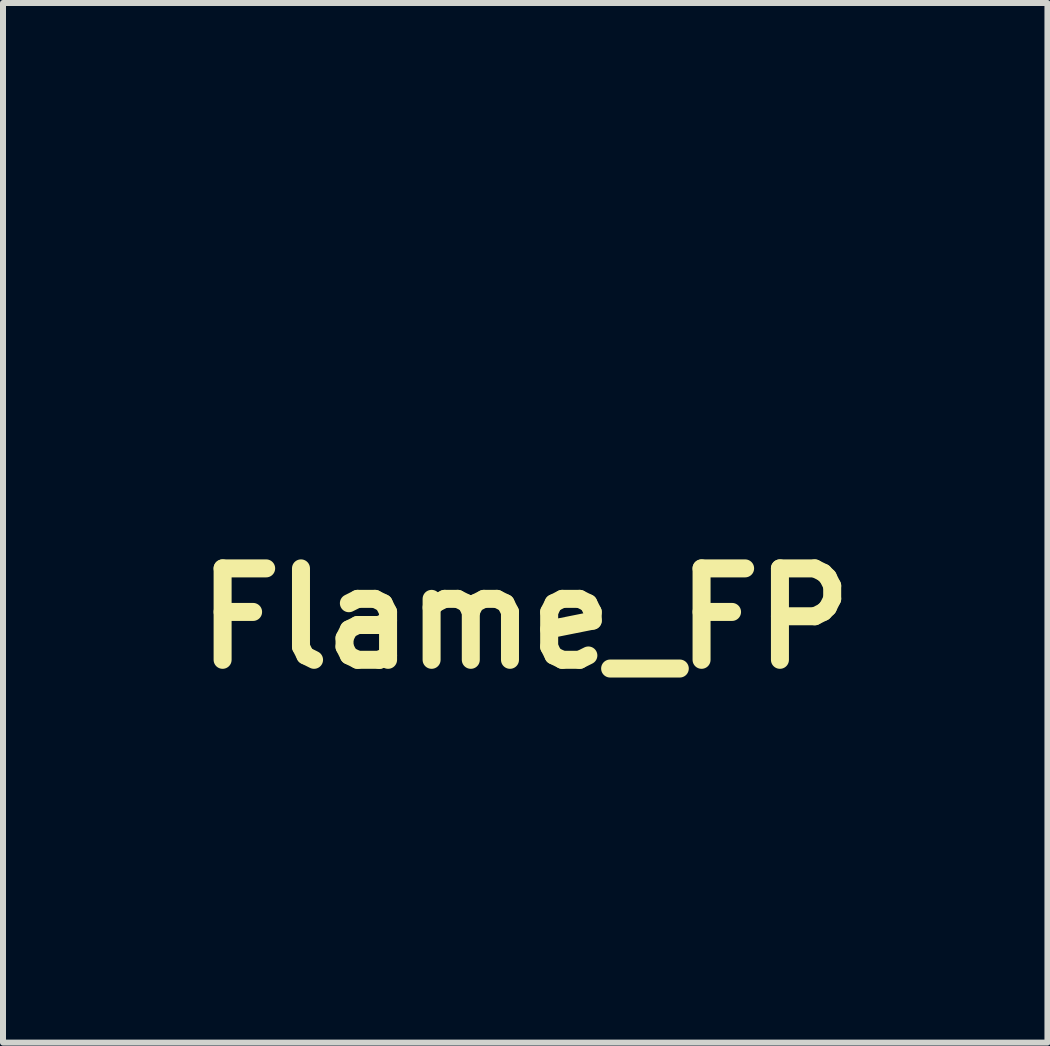
<source format=kicad_pcb>
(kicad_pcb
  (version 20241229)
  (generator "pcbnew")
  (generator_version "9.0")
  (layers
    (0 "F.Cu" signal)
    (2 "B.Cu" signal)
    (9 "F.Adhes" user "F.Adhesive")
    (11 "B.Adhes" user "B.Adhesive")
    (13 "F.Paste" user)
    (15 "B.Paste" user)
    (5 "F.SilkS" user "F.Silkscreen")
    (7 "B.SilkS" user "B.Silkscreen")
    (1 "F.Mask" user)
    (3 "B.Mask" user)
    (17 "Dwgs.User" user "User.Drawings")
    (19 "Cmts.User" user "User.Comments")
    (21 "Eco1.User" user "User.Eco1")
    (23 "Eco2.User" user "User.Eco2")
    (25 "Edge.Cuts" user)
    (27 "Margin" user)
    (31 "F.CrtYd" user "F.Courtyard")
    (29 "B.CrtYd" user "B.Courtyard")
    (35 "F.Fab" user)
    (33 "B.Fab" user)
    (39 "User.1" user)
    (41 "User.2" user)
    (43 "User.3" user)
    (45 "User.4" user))
  (footprint "Flame_FP"
    (layer "F.Cu")
    (at 5.704 7.258)
    (property "Reference" "Flame_FP" (at 0 0 0) (layer "F.SilkS") (effects (font (size 1.524 1.524) (thickness 0.3))))
    (attr through_hole)
    (fp_poly (pts (xy 0.335 -7.25) (xy 0.392 -7.218) (xy 0.485 -7.138) (xy 0.605 -7.019) (xy 0.743 -6.873) (xy 0.891 -6.707) (xy 1.04 -6.532) (xy 1.181 -6.358) (xy 1.306 -6.194) (xy 1.383 -6.085) (xy 1.676 -5.585) (xy 1.902 -5.069) (xy 2.058 -4.539) (xy 2.11 -4.266) (xy 2.126 -4.097) (xy 2.134 -3.875) (xy 2.134 -3.619) (xy 2.127 -3.348) (xy 2.113 -3.08) (xy 2.093 -2.835) (xy 2.067 -2.631) (xy 2.05 -2.54) (xy 1.95 -2.155) (xy 1.811 -1.736) (xy 1.642 -1.304) (xy 1.451 -0.882) (xy 1.41 -0.798) (xy 1.346 -0.671) (xy 1.282 -0.548) (xy 1.214 -0.426) (xy 1.14 -0.297) (xy 1.056 -0.156) (xy 0.957 0.003) (xy 0.84 0.186) (xy 0.702 0.398) (xy 0.538 0.646) (xy 0.344 0.936) (xy 0.118 1.273) (xy -0.144 1.664) (xy -0.185 1.724) (xy -0.497 2.207) (xy -0.765 2.664) (xy -0.988 3.091) (xy -1.161 3.481) (xy -1.257 3.747) (xy -1.303 3.885) (xy -1.344 3.993) (xy -1.374 4.055) (xy -1.383 4.064) (xy -1.414 4.036) (xy -1.47 3.963) (xy -1.518 3.892) (xy -1.753 3.473) (xy -1.931 3.038) (xy -2.056 2.576) (xy -2.128 2.077) (xy -2.152 1.56) (xy -2.151 1.323) (xy -2.145 1.136) (xy -2.132 0.978) (xy -2.11 0.829) (xy -2.076 0.665) (xy -2.061 0.599) (xy -2 0.355) (xy -1.933 0.122) (xy -1.857 -0.107) (xy -1.768 -0.34) (xy -1.662 -0.583) (xy -1.537 -0.843) (xy -1.389 -1.127) (xy -1.215 -1.442) (xy -1.011 -1.795) (xy -0.774 -2.194) (xy -0.5 -2.644) (xy -0.441 -2.74) (xy -0.189 -3.159) (xy 0.022 -3.529) (xy 0.197 -3.858) (xy 0.337 -4.156) (xy 0.448 -4.43) (xy 0.532 -4.69) (xy 0.594 -4.943) (xy 0.636 -5.198) (xy 0.649 -5.316) (xy 0.664 -5.8) (xy 0.61 -6.273) (xy 0.488 -6.728) (xy 0.379 -6.996) (xy 0.32 -7.127) (xy 0.289 -7.205) (xy 0.285 -7.243) (xy 0.305 -7.253) (xy 0.335 -7.25)) (stroke (width 0.01) (type solid)) (fill yes) (layer "F.Mask")))
  (gr_rect
    (start -3 -3)
    (end 14.408 14.327)
    (stroke (width 0.1) (type default))
    (fill no)
    (layer "Edge.Cuts")))
</source>
